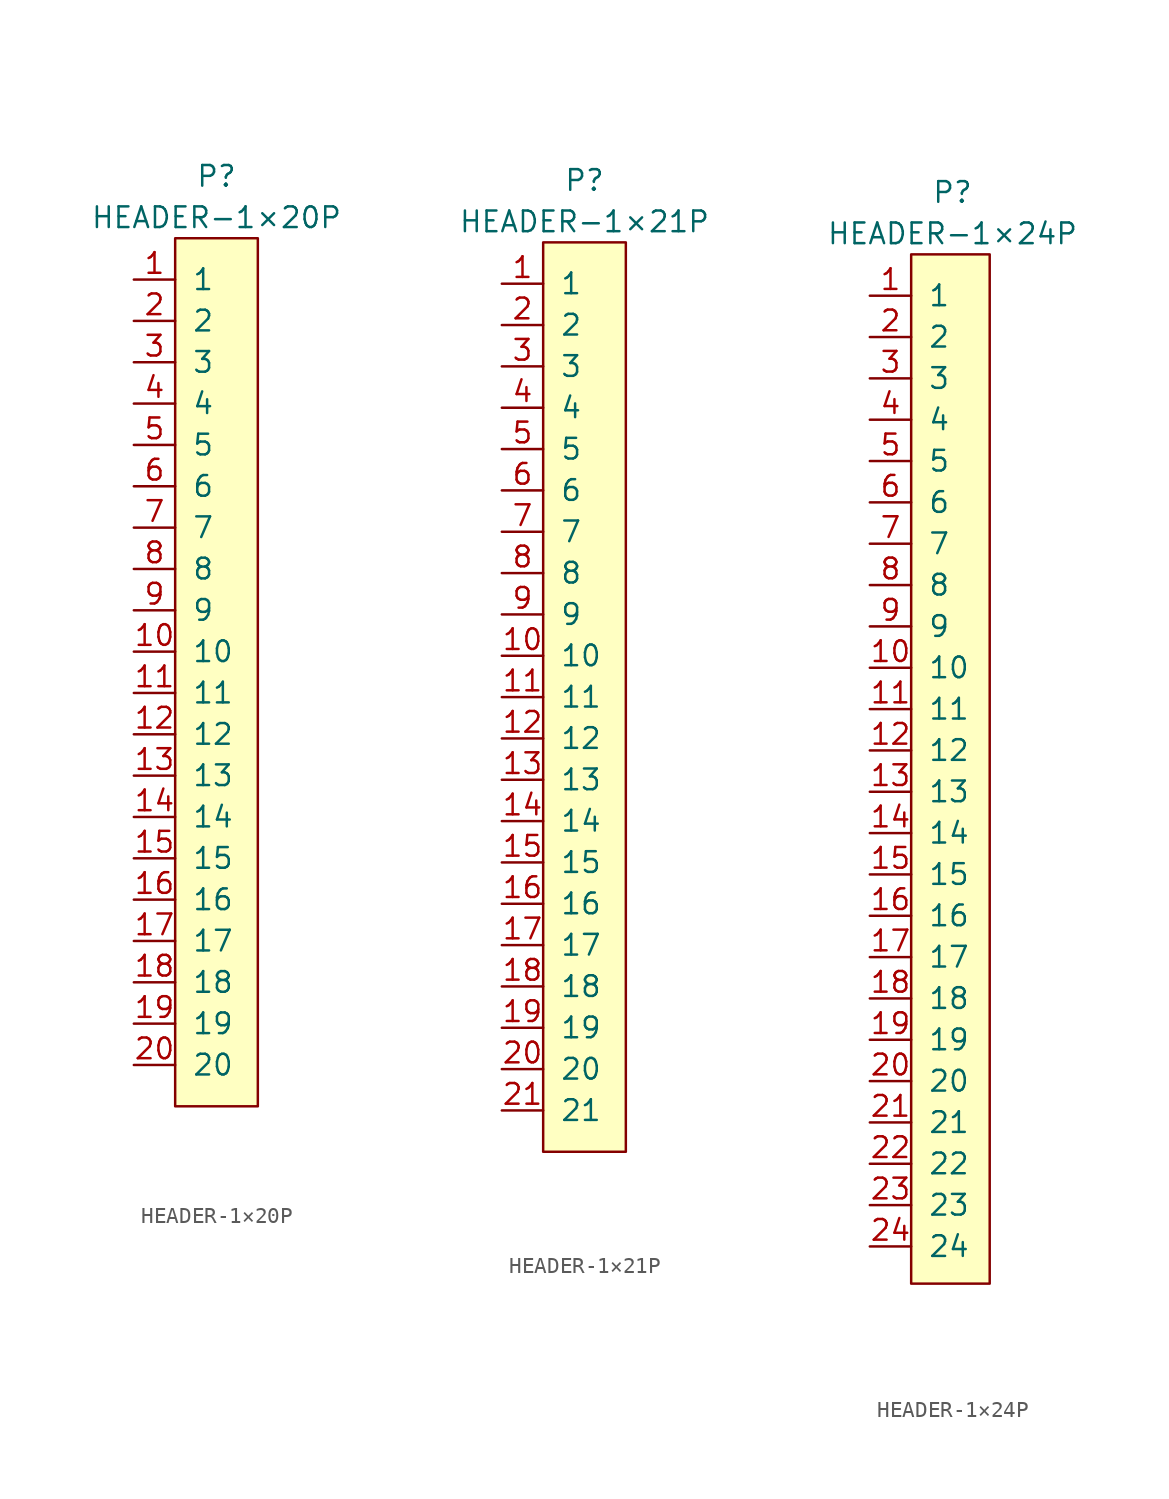
<source format=kicad_sym>
(kicad_symbol_lib
  (version 20231120)
  (generator "kicad_symbol_editor")
  (generator_version "8.0")
  (symbol "HEADER-1×20P"
    (pin_names
      (offset 1.016))
    (property "Reference" "P"
      (at 0 30.48 0)
      (effects (font (size 1.27 1.27))))
    (property "Value" "HEADER-1×20P"
      (at 0 27.94 0)
      (effects (font (size 1.27 1.27))))
    (symbol "HEADER-1×20P_0_1"
      (rectangle (start -2.54 26.67) (end 2.54 -26.67) (stroke (width 0) (type default)) (fill (type background))))
    (symbol "HEADER-1×20P_1_1"
      (pin passive line (at -5.08 24.13 0) (length 2.54) (name "1" (effects (font (size 1.27 1.27)))) (number "1" (effects (font (size 1.27 1.27)))))
      (pin passive line (at -5.08 1.27 0) (length 2.54) (name "10" (effects (font (size 1.27 1.27)))) (number "10" (effects (font (size 1.27 1.27)))))
      (pin passive line (at -5.08 -1.27 0) (length 2.54) (name "11" (effects (font (size 1.27 1.27)))) (number "11" (effects (font (size 1.27 1.27)))))
      (pin passive line (at -5.08 -3.81 0) (length 2.54) (name "12" (effects (font (size 1.27 1.27)))) (number "12" (effects (font (size 1.27 1.27)))))
      (pin passive line (at -5.08 -6.35 0) (length 2.54) (name "13" (effects (font (size 1.27 1.27)))) (number "13" (effects (font (size 1.27 1.27)))))
      (pin passive line (at -5.08 -8.89 0) (length 2.54) (name "14" (effects (font (size 1.27 1.27)))) (number "14" (effects (font (size 1.27 1.27)))))
      (pin passive line (at -5.08 -11.43 0) (length 2.54) (name "15" (effects (font (size 1.27 1.27)))) (number "15" (effects (font (size 1.27 1.27)))))
      (pin passive line (at -5.08 -13.97 0) (length 2.54) (name "16" (effects (font (size 1.27 1.27)))) (number "16" (effects (font (size 1.27 1.27)))))
      (pin passive line (at -5.08 -16.51 0) (length 2.54) (name "17" (effects (font (size 1.27 1.27)))) (number "17" (effects (font (size 1.27 1.27)))))
      (pin passive line (at -5.08 -19.05 0) (length 2.54) (name "18" (effects (font (size 1.27 1.27)))) (number "18" (effects (font (size 1.27 1.27)))))
      (pin passive line (at -5.08 -21.59 0) (length 2.54) (name "19" (effects (font (size 1.27 1.27)))) (number "19" (effects (font (size 1.27 1.27)))))
      (pin passive line (at -5.08 21.59 0) (length 2.54) (name "2" (effects (font (size 1.27 1.27)))) (number "2" (effects (font (size 1.27 1.27)))))
      (pin passive line (at -5.08 -24.13 0) (length 2.54) (name "20" (effects (font (size 1.27 1.27)))) (number "20" (effects (font (size 1.27 1.27)))))
      (pin passive line (at -5.08 19.05 0) (length 2.54) (name "3" (effects (font (size 1.27 1.27)))) (number "3" (effects (font (size 1.27 1.27)))))
      (pin passive line (at -5.08 16.51 0) (length 2.54) (name "4" (effects (font (size 1.27 1.27)))) (number "4" (effects (font (size 1.27 1.27)))))
      (pin passive line (at -5.08 13.97 0) (length 2.54) (name "5" (effects (font (size 1.27 1.27)))) (number "5" (effects (font (size 1.27 1.27)))))
      (pin passive line (at -5.08 11.43 0) (length 2.54) (name "6" (effects (font (size 1.27 1.27)))) (number "6" (effects (font (size 1.27 1.27)))))
      (pin passive line (at -5.08 8.89 0) (length 2.54) (name "7" (effects (font (size 1.27 1.27)))) (number "7" (effects (font (size 1.27 1.27)))))
      (pin passive line (at -5.08 6.35 0) (length 2.54) (name "8" (effects (font (size 1.27 1.27)))) (number "8" (effects (font (size 1.27 1.27)))))
      (pin passive line (at -5.08 3.81 0) (length 2.54) (name "9" (effects (font (size 1.27 1.27)))) (number "9" (effects (font (size 1.27 1.27)))))))
  (symbol "HEADER-1×21P"
    (pin_names
      (offset 1.016))
    (property "Reference" "P"
      (at 0 31.75 0)
      (effects (font (size 1.27 1.27))))
    (property "Value" "HEADER-1×21P"
      (at 0 29.21 0)
      (effects (font (size 1.27 1.27))))
    (symbol "HEADER-1×21P_0_1"
      (rectangle (start -2.54 27.94) (end 2.54 -27.94) (stroke (width 0) (type default)) (fill (type background))))
    (symbol "HEADER-1×21P_1_1"
      (pin passive line (at -5.08 25.4 0) (length 2.54) (name "1" (effects (font (size 1.27 1.27)))) (number "1" (effects (font (size 1.27 1.27)))))
      (pin passive line (at -5.08 2.54 0) (length 2.54) (name "10" (effects (font (size 1.27 1.27)))) (number "10" (effects (font (size 1.27 1.27)))))
      (pin passive line (at -5.08 0 0) (length 2.54) (name "11" (effects (font (size 1.27 1.27)))) (number "11" (effects (font (size 1.27 1.27)))))
      (pin passive line (at -5.08 -2.54 0) (length 2.54) (name "12" (effects (font (size 1.27 1.27)))) (number "12" (effects (font (size 1.27 1.27)))))
      (pin passive line (at -5.08 -5.08 0) (length 2.54) (name "13" (effects (font (size 1.27 1.27)))) (number "13" (effects (font (size 1.27 1.27)))))
      (pin passive line (at -5.08 -7.62 0) (length 2.54) (name "14" (effects (font (size 1.27 1.27)))) (number "14" (effects (font (size 1.27 1.27)))))
      (pin passive line (at -5.08 -10.16 0) (length 2.54) (name "15" (effects (font (size 1.27 1.27)))) (number "15" (effects (font (size 1.27 1.27)))))
      (pin passive line (at -5.08 -12.7 0) (length 2.54) (name "16" (effects (font (size 1.27 1.27)))) (number "16" (effects (font (size 1.27 1.27)))))
      (pin passive line (at -5.08 -15.24 0) (length 2.54) (name "17" (effects (font (size 1.27 1.27)))) (number "17" (effects (font (size 1.27 1.27)))))
      (pin passive line (at -5.08 -17.78 0) (length 2.54) (name "18" (effects (font (size 1.27 1.27)))) (number "18" (effects (font (size 1.27 1.27)))))
      (pin passive line (at -5.08 -20.32 0) (length 2.54) (name "19" (effects (font (size 1.27 1.27)))) (number "19" (effects (font (size 1.27 1.27)))))
      (pin passive line (at -5.08 22.86 0) (length 2.54) (name "2" (effects (font (size 1.27 1.27)))) (number "2" (effects (font (size 1.27 1.27)))))
      (pin passive line (at -5.08 -22.86 0) (length 2.54) (name "20" (effects (font (size 1.27 1.27)))) (number "20" (effects (font (size 1.27 1.27)))))
      (pin passive line (at -5.08 -25.4 0) (length 2.54) (name "21" (effects (font (size 1.27 1.27)))) (number "21" (effects (font (size 1.27 1.27)))))
      (pin passive line (at -5.08 20.32 0) (length 2.54) (name "3" (effects (font (size 1.27 1.27)))) (number "3" (effects (font (size 1.27 1.27)))))
      (pin passive line (at -5.08 17.78 0) (length 2.54) (name "4" (effects (font (size 1.27 1.27)))) (number "4" (effects (font (size 1.27 1.27)))))
      (pin passive line (at -5.08 15.24 0) (length 2.54) (name "5" (effects (font (size 1.27 1.27)))) (number "5" (effects (font (size 1.27 1.27)))))
      (pin passive line (at -5.08 12.7 0) (length 2.54) (name "6" (effects (font (size 1.27 1.27)))) (number "6" (effects (font (size 1.27 1.27)))))
      (pin passive line (at -5.08 10.16 0) (length 2.54) (name "7" (effects (font (size 1.27 1.27)))) (number "7" (effects (font (size 1.27 1.27)))))
      (pin passive line (at -5.08 7.62 0) (length 2.54) (name "8" (effects (font (size 1.27 1.27)))) (number "8" (effects (font (size 1.27 1.27)))))
      (pin passive line (at -5.08 5.08 0) (length 2.54) (name "9" (effects (font (size 1.27 1.27)))) (number "9" (effects (font (size 1.27 1.27)))))))
  (symbol "HEADER-1×24P"
    (pin_names
      (offset 1.016))
    (property "Reference" "P"
      (at 0 35.56 0)
      (effects (font (size 1.27 1.27))))
    (property "Value" "HEADER-1×24P"
      (at 0 33.02 0)
      (effects (font (size 1.27 1.27))))
    (symbol "HEADER-1×24P_0_1"
      (rectangle (start -2.54 31.75) (end 2.286 -31.496) (stroke (width 0) (type default)) (fill (type background))))
    (symbol "HEADER-1×24P_1_1"
      (pin passive line (at -5.08 29.21 0) (length 2.54) (name "1" (effects (font (size 1.27 1.27)))) (number "1" (effects (font (size 1.27 1.27)))))
      (pin passive line (at -5.08 6.35 0) (length 2.54) (name "10" (effects (font (size 1.27 1.27)))) (number "10" (effects (font (size 1.27 1.27)))))
      (pin passive line (at -5.08 3.81 0) (length 2.54) (name "11" (effects (font (size 1.27 1.27)))) (number "11" (effects (font (size 1.27 1.27)))))
      (pin passive line (at -5.08 1.27 0) (length 2.54) (name "12" (effects (font (size 1.27 1.27)))) (number "12" (effects (font (size 1.27 1.27)))))
      (pin passive line (at -5.08 -1.27 0) (length 2.54) (name "13" (effects (font (size 1.27 1.27)))) (number "13" (effects (font (size 1.27 1.27)))))
      (pin passive line (at -5.08 -3.81 0) (length 2.54) (name "14" (effects (font (size 1.27 1.27)))) (number "14" (effects (font (size 1.27 1.27)))))
      (pin passive line (at -5.08 -6.35 0) (length 2.54) (name "15" (effects (font (size 1.27 1.27)))) (number "15" (effects (font (size 1.27 1.27)))))
      (pin passive line (at -5.08 -8.89 0) (length 2.54) (name "16" (effects (font (size 1.27 1.27)))) (number "16" (effects (font (size 1.27 1.27)))))
      (pin passive line (at -5.08 -11.43 0) (length 2.54) (name "17" (effects (font (size 1.27 1.27)))) (number "17" (effects (font (size 1.27 1.27)))))
      (pin passive line (at -5.08 -13.97 0) (length 2.54) (name "18" (effects (font (size 1.27 1.27)))) (number "18" (effects (font (size 1.27 1.27)))))
      (pin passive line (at -5.08 -16.51 0) (length 2.54) (name "19" (effects (font (size 1.27 1.27)))) (number "19" (effects (font (size 1.27 1.27)))))
      (pin passive line (at -5.08 26.67 0) (length 2.54) (name "2" (effects (font (size 1.27 1.27)))) (number "2" (effects (font (size 1.27 1.27)))))
      (pin passive line (at -5.08 -19.05 0) (length 2.54) (name "20" (effects (font (size 1.27 1.27)))) (number "20" (effects (font (size 1.27 1.27)))))
      (pin passive line (at -5.08 -21.59 0) (length 2.54) (name "21" (effects (font (size 1.27 1.27)))) (number "21" (effects (font (size 1.27 1.27)))))
      (pin passive line (at -5.08 -24.13 0) (length 2.54) (name "22" (effects (font (size 1.27 1.27)))) (number "22" (effects (font (size 1.27 1.27)))))
      (pin passive line (at -5.08 -26.67 0) (length 2.54) (name "23" (effects (font (size 1.27 1.27)))) (number "23" (effects (font (size 1.27 1.27)))))
      (pin passive line (at -5.08 -29.21 0) (length 2.54) (name "24" (effects (font (size 1.27 1.27)))) (number "24" (effects (font (size 1.27 1.27)))))
      (pin passive line (at -5.08 24.13 0) (length 2.54) (name "3" (effects (font (size 1.27 1.27)))) (number "3" (effects (font (size 1.27 1.27)))))
      (pin passive line (at -5.08 21.59 0) (length 2.54) (name "4" (effects (font (size 1.27 1.27)))) (number "4" (effects (font (size 1.27 1.27)))))
      (pin passive line (at -5.08 19.05 0) (length 2.54) (name "5" (effects (font (size 1.27 1.27)))) (number "5" (effects (font (size 1.27 1.27)))))
      (pin passive line (at -5.08 16.51 0) (length 2.54) (name "6" (effects (font (size 1.27 1.27)))) (number "6" (effects (font (size 1.27 1.27)))))
      (pin passive line (at -5.08 13.97 0) (length 2.54) (name "7" (effects (font (size 1.27 1.27)))) (number "7" (effects (font (size 1.27 1.27)))))
      (pin passive line (at -5.08 11.43 0) (length 2.54) (name "8" (effects (font (size 1.27 1.27)))) (number "8" (effects (font (size 1.27 1.27)))))
      (pin passive line (at -5.08 8.89 0) (length 2.54) (name "9" (effects (font (size 1.27 1.27)))) (number "9" (effects (font (size 1.27 1.27))))))))
</source>
